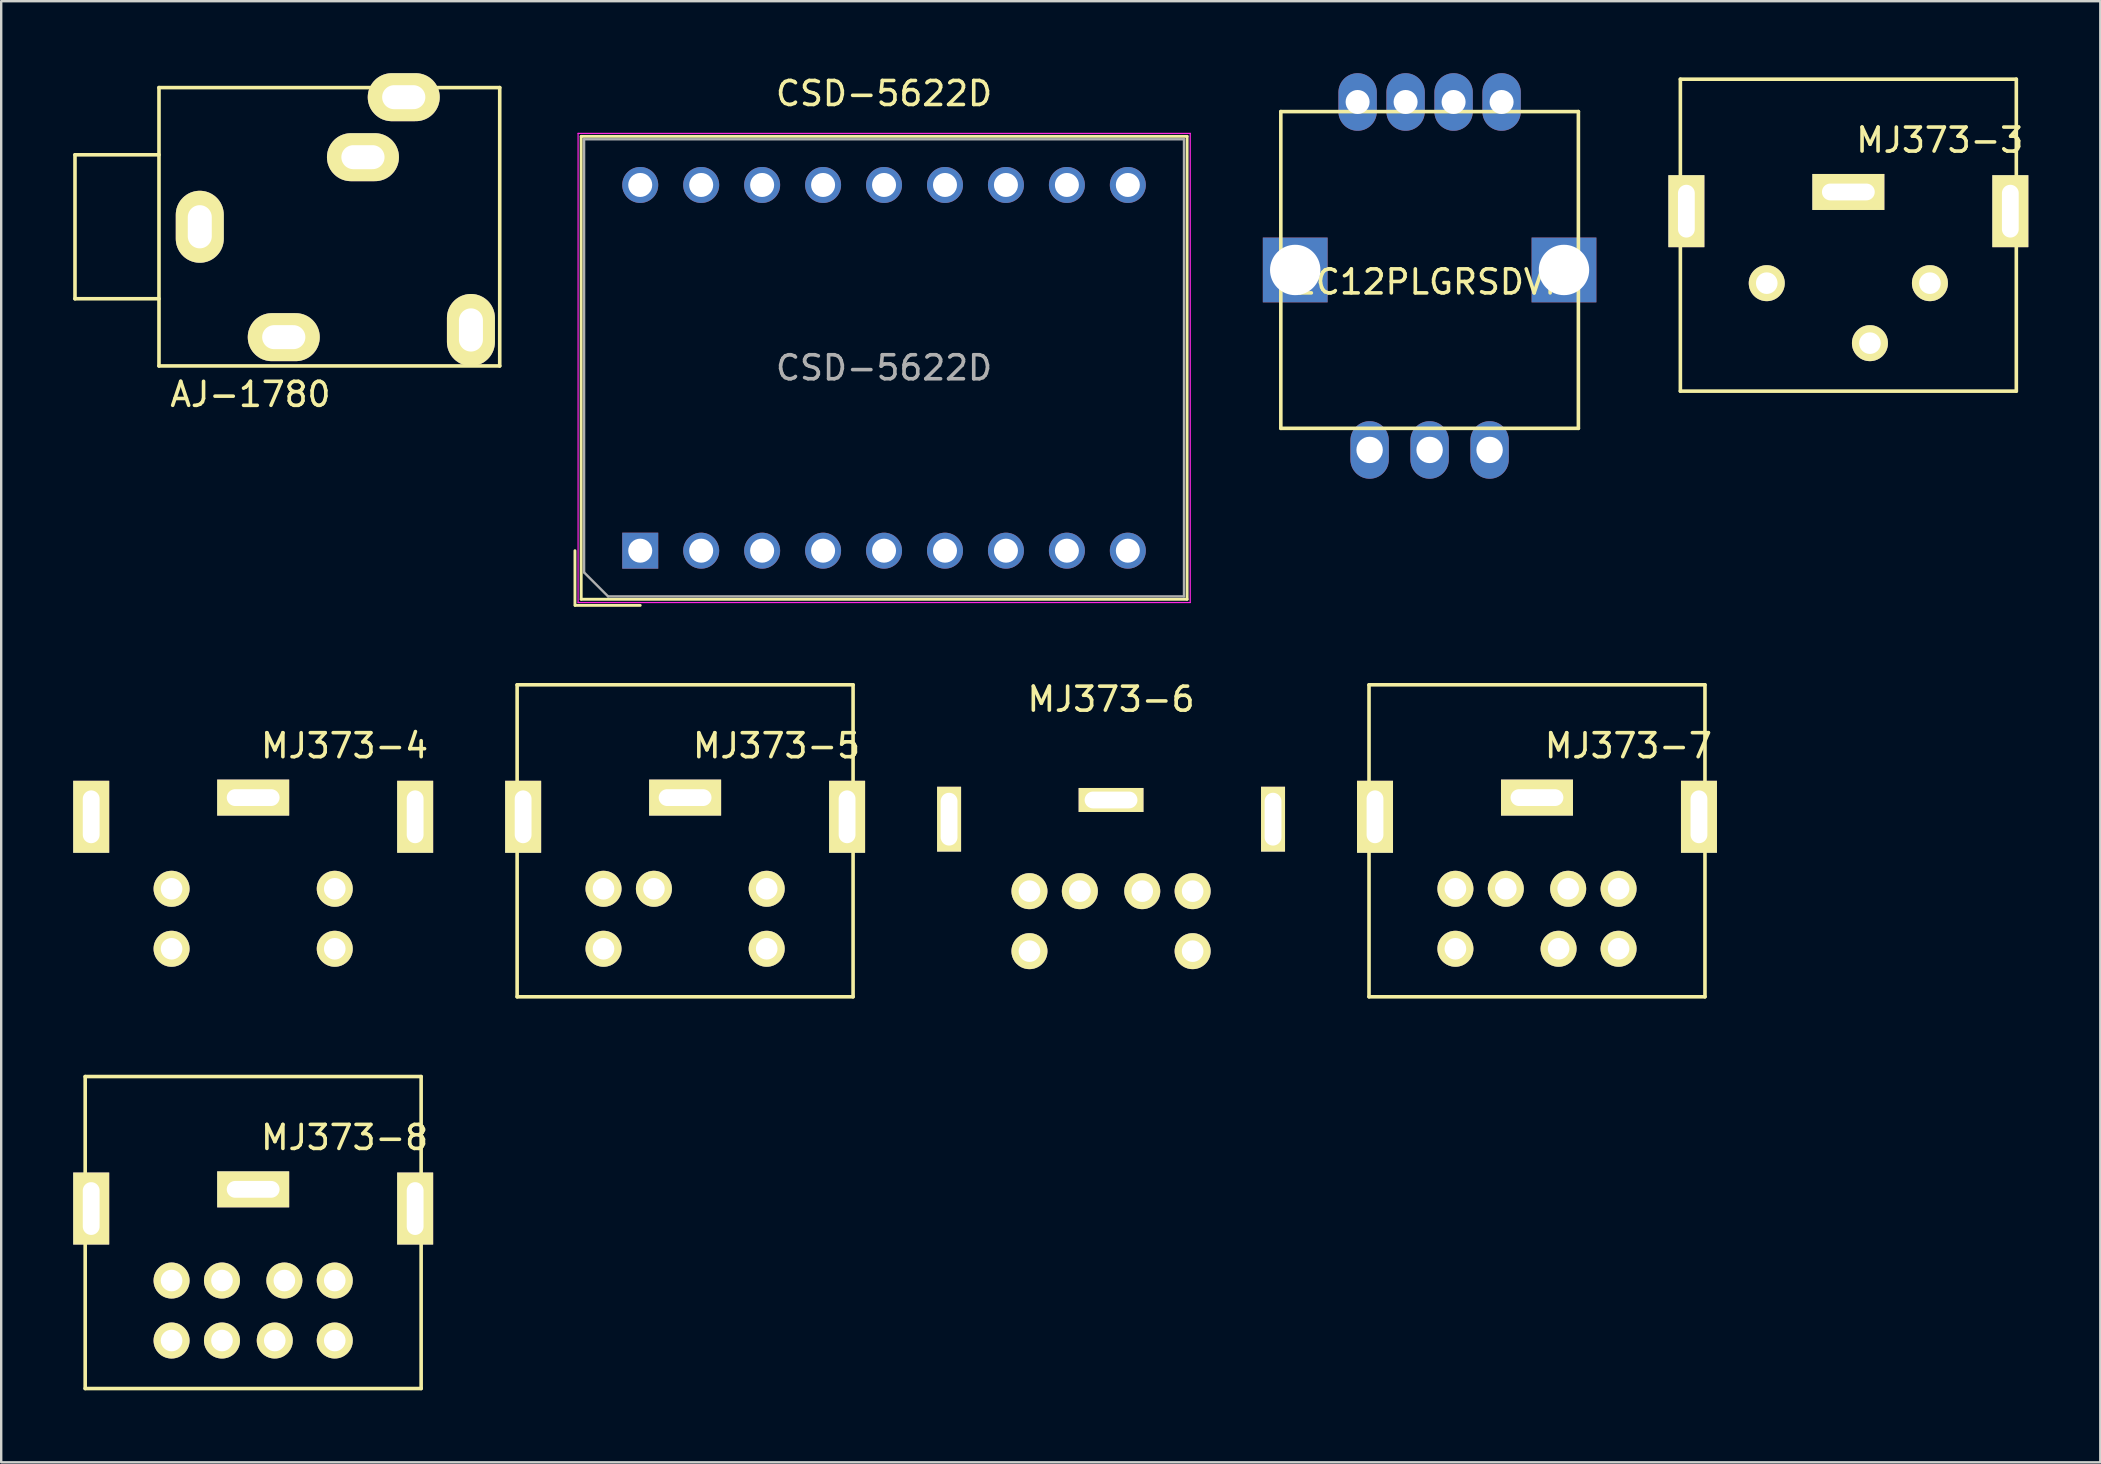
<source format=kicad_pcb>
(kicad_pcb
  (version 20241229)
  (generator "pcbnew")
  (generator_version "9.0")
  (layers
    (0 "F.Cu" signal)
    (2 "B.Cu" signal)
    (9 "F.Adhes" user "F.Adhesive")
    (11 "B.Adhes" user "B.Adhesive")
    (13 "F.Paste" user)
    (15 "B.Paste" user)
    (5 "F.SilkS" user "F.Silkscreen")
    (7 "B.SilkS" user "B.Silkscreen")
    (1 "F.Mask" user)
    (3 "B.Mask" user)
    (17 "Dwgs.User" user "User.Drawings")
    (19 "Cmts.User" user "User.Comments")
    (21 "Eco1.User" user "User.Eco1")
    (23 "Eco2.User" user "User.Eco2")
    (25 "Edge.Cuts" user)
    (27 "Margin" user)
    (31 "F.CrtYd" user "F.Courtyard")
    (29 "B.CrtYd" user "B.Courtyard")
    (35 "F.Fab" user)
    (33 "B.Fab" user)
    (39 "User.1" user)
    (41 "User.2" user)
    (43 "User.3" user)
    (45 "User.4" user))
  (footprint "MJ373-8"
    (layer "F.Cu")
    (at 7.5 41.813)
    (property "Reference" "MJ373-8" (at 3.81 2.54 0) (layer "F.SilkS") (effects (font (size 1 1) (thickness 0.15))))
    (attr through_hole)
    (fp_line (start -7 0) (end 7 0) (stroke (width 0.15) (type solid)) (layer "F.SilkS"))
    (fp_line (start -7 13) (end -7 0) (stroke (width 0.15) (type solid)) (layer "F.SilkS"))
    (fp_line (start 7 0) (end 7 13) (stroke (width 0.15) (type solid)) (layer "F.SilkS"))
    (fp_line (start 7 13) (end -7 13) (stroke (width 0.15) (type solid)) (layer "F.SilkS"))
    (pad "1" thru_hole circle (at -1.3 8.5) (size 1.5 1.5) (drill 0.9) (layers "*.Cu" "*.Mask" "F.SilkS"))
    (pad "2" thru_hole circle (at 1.3 8.5) (size 1.5 1.5) (drill 0.9) (layers "*.Cu" "*.Mask" "F.SilkS"))
    (pad "3" thru_hole circle (at -3.4 8.5) (size 1.5 1.5) (drill 0.9) (layers "*.Cu" "*.Mask" "F.SilkS"))
    (pad "4" thru_hole circle (at -1.3 11) (size 1.5 1.5) (drill 0.9) (layers "*.Cu" "*.Mask" "F.SilkS"))
    (pad "5" thru_hole circle (at 3.4 8.5) (size 1.5 1.5) (drill 0.9) (layers "*.Cu" "*.Mask" "F.SilkS"))
    (pad "6" thru_hole circle (at -3.4 11) (size 1.5 1.5) (drill 0.9) (layers "*.Cu" "*.Mask" "F.SilkS"))
    (pad "7" thru_hole circle (at 0.9 11) (size 1.5 1.5) (drill 0.9) (layers "*.Cu" "*.Mask" "F.SilkS"))
    (pad "8" thru_hole circle (at 3.4 11) (size 1.5 1.5) (drill 0.9) (layers "*.Cu" "*.Mask" "F.SilkS"))
    (pad "X1" thru_hole rect (at -6.75 5.5) (size 1.5 3) (drill oval 0.7 2.2) (layers "*.Cu" "*.Mask" "F.SilkS"))
    (pad "X2" thru_hole rect (at 0 4.7) (size 3 1.5) (drill oval 2.2 0.7) (layers "*.Cu" "*.Mask" "F.SilkS"))
    (pad "X3" thru_hole rect (at 6.75 5.5) (size 1.5 3) (drill oval 0.7 2.2) (layers "*.Cu" "*.Mask" "F.SilkS")))
  (footprint "MJ373-3"
    (layer "F.Cu")
    (at 73.975 0.25)
    (property "Reference" "MJ373-3" (at 3.81 2.54 0) (layer "F.SilkS") (effects (font (size 1 1) (thickness 0.15))))
    (attr through_hole)
    (fp_line (start -7 0) (end 7 0) (stroke (width 0.15) (type solid)) (layer "F.SilkS"))
    (fp_line (start -7 13) (end -7 0) (stroke (width 0.15) (type solid)) (layer "F.SilkS"))
    (fp_line (start 7 0) (end 7 13) (stroke (width 0.15) (type solid)) (layer "F.SilkS"))
    (fp_line (start 7 13) (end -7 13) (stroke (width 0.15) (type solid)) (layer "F.SilkS"))
    (pad "1" thru_hole circle (at -3.4 8.5) (size 1.5 1.5) (drill 0.9) (layers "*.Cu" "*.Mask" "F.SilkS"))
    (pad "2" thru_hole circle (at 3.4 8.5) (size 1.5 1.5) (drill 0.9) (layers "*.Cu" "*.Mask" "F.SilkS"))
    (pad "3" thru_hole circle (at 0.9 11) (size 1.5 1.5) (drill 0.9) (layers "*.Cu" "*.Mask" "F.SilkS"))
    (pad "X1" thru_hole rect (at -6.75 5.5) (size 1.5 3) (drill oval 0.7 2.2) (layers "*.Cu" "*.Mask" "F.SilkS"))
    (pad "X2" thru_hole rect (at 0 4.7) (size 3 1.5) (drill oval 2.2 0.7) (layers "*.Cu" "*.Mask" "F.SilkS"))
    (pad "X3" thru_hole rect (at 6.75 5.5) (size 1.5 3) (drill oval 0.7 2.2) (layers "*.Cu" "*.Mask" "F.SilkS")))
  (footprint "MJ373-4"
    (layer "F.Cu")
    (at 7.5 25.488)
    (property "Reference" "MJ373-4" (at 3.81 2.54 0) (layer "F.SilkS") (effects (font (size 1 1) (thickness 0.15))))
    (attr through_hole)
    (pad "1" thru_hole circle (at -3.4 8.5) (size 1.5 1.5) (drill 0.9) (layers "*.Cu" "*.Mask" "F.SilkS"))
    (pad "2" thru_hole circle (at 3.4 8.5) (size 1.5 1.5) (drill 0.9) (layers "*.Cu" "*.Mask" "F.SilkS"))
    (pad "3" thru_hole circle (at -3.4 11) (size 1.5 1.5) (drill 0.9) (layers "*.Cu" "*.Mask" "F.SilkS"))
    (pad "4" thru_hole circle (at 3.4 11) (size 1.5 1.5) (drill 0.9) (layers "*.Cu" "*.Mask" "F.SilkS"))
    (pad "X1" thru_hole rect (at -6.75 5.5) (size 1.5 3) (drill oval 0.7 2.2) (layers "*.Cu" "*.Mask" "F.SilkS"))
    (pad "X2" thru_hole rect (at 0 4.7) (size 3 1.5) (drill oval 2.2 0.7) (layers "*.Cu" "*.Mask" "F.SilkS"))
    (pad "X3" thru_hole rect (at 6.75 5.5) (size 1.5 3) (drill oval 0.7 2.2) (layers "*.Cu" "*.Mask" "F.SilkS")))
  (footprint "CSD-5622D"
    (layer "F.Cu")
    (at 23.63 19.898)
    (property "Reference" "CSD-5622D" (at 10.16 -19.05 180) (layer "F.SilkS") (effects (font (size 1 1) (thickness 0.15))))
    (attr through_hole)
    (fp_line (start -2.72 2.28) (end -2.72 0) (stroke (width 0.12) (type solid)) (layer "F.SilkS"))
    (fp_line (start -2.71 2.28) (end 0 2.28) (stroke (width 0.12) (type solid)) (layer "F.SilkS"))
    (fp_line (start -2.46 -17.265) (end 22.79 -17.265) (stroke (width 0.12) (type solid)) (layer "F.SilkS"))
    (fp_line (start -2.46 2.025) (end -2.46 -17.265) (stroke (width 0.12) (type solid)) (layer "F.SilkS"))
    (fp_line (start 22.79 -17.265) (end 22.79 2.025) (stroke (width 0.12) (type solid)) (layer "F.SilkS"))
    (fp_line (start 22.79 2.025) (end -2.46 2.025) (stroke (width 0.12) (type solid)) (layer "F.SilkS"))
    (fp_line (start -2.59 -17.39) (end 22.92 -17.39) (stroke (width 0.05) (type solid)) (layer "F.CrtYd"))
    (fp_line (start -2.59 2.16) (end -2.59 -17.39) (stroke (width 0.05) (type solid)) (layer "F.CrtYd"))
    (fp_line (start 22.92 -17.39) (end 22.92 2.16) (stroke (width 0.05) (type solid)) (layer "F.CrtYd"))
    (fp_line (start 22.92 2.16) (end -2.59 2.16) (stroke (width 0.05) (type solid)) (layer "F.CrtYd"))
    (fp_line (start -2.34 -17.145) (end 22.66 -17.145) (stroke (width 0.1) (type solid)) (layer "F.Fab"))
    (fp_line (start -2.34 0.905) (end -2.34 -17.145) (stroke (width 0.1) (type solid)) (layer "F.Fab"))
    (fp_line (start -1.34 1.905) (end -2.34 0.905) (stroke (width 0.1) (type solid)) (layer "F.Fab"))
    (fp_line (start 22.66 -17.145) (end 22.66 1.905) (stroke (width 0.1) (type solid)) (layer "F.Fab"))
    (fp_line (start 22.66 1.905) (end -1.34 1.905) (stroke (width 0.1) (type solid)) (layer "F.Fab"))
    (fp_text user "${REFERENCE}" (at 10.16 -7.62 180) (layer "F.Fab") (effects (font (size 1 1) (thickness 0.15))))
    (pad "1" thru_hole rect (at 0 0 90) (size 1.5 1.5) (drill 1) (layers "*.Cu" "*.Mask"))
    (pad "2" thru_hole circle (at 2.54 0 90) (size 1.5 1.5) (drill 1) (layers "*.Cu" "*.Mask"))
    (pad "3" thru_hole circle (at 5.08 0 90) (size 1.5 1.5) (drill 1) (layers "*.Cu" "*.Mask"))
    (pad "4" thru_hole circle (at 7.62 0 90) (size 1.5 1.5) (drill 1) (layers "*.Cu" "*.Mask"))
    (pad "5" thru_hole circle (at 10.16 0 90) (size 1.5 1.5) (drill 1) (layers "*.Cu" "*.Mask"))
    (pad "6" thru_hole circle (at 12.7 0 90) (size 1.5 1.5) (drill 1) (layers "*.Cu" "*.Mask"))
    (pad "7" thru_hole circle (at 15.24 0 90) (size 1.5 1.5) (drill 1) (layers "*.Cu" "*.Mask"))
    (pad "8" thru_hole circle (at 17.78 0 90) (size 1.5 1.5) (drill 1) (layers "*.Cu" "*.Mask"))
    (pad "9" thru_hole circle (at 20.32 0 90) (size 1.5 1.5) (drill 1) (layers "*.Cu" "*.Mask"))
    (pad "10" thru_hole circle (at 20.32 -15.24 90) (size 1.5 1.5) (drill 1) (layers "*.Cu" "*.Mask"))
    (pad "11" thru_hole circle (at 17.78 -15.24 90) (size 1.5 1.5) (drill 1) (layers "*.Cu" "*.Mask"))
    (pad "12" thru_hole circle (at 15.24 -15.24 90) (size 1.5 1.5) (drill 1) (layers "*.Cu" "*.Mask"))
    (pad "13" thru_hole circle (at 12.7 -15.24 90) (size 1.5 1.5) (drill 1) (layers "*.Cu" "*.Mask"))
    (pad "14" thru_hole circle (at 10.16 -15.24 90) (size 1.5 1.5) (drill 1) (layers "*.Cu" "*.Mask"))
    (pad "15" thru_hole circle (at 7.62 -15.24 90) (size 1.5 1.5) (drill 1) (layers "*.Cu" "*.Mask"))
    (pad "16" thru_hole circle (at 5.08 -15.24 90) (size 1.5 1.5) (drill 1) (layers "*.Cu" "*.Mask"))
    (pad "17" thru_hole circle (at 2.54 -15.24 90) (size 1.5 1.5) (drill 1) (layers "*.Cu" "*.Mask"))
    (pad "18" thru_hole circle (at 0 -15.24 90) (size 1.5 1.5) (drill 1) (layers "*.Cu" "*.Mask")))
  (footprint "MJ373-6"
    (layer "F.Cu")
    (at 43.25 25.587)
    (property "Reference" "MJ373-6" (at 0 0.5 0) (layer "F.SilkS") (effects (font (size 1 1) (thickness 0.15))))
    (attr through_hole)
    (pad "1" thru_hole circle (at 1.3 8.5) (size 1.5 1.5) (drill 0.9) (layers "*.Cu" "*.Mask" "F.SilkS"))
    (pad "2" thru_hole circle (at -1.3 8.5) (size 1.5 1.5) (drill 0.9) (layers "*.Cu" "*.Mask" "F.SilkS"))
    (pad "3" thru_hole circle (at 3.4 8.5) (size 1.5 1.5) (drill 0.9) (layers "*.Cu" "*.Mask" "F.SilkS"))
    (pad "4" thru_hole circle (at -3.4 8.5) (size 1.5 1.5) (drill 0.9) (layers "*.Cu" "*.Mask" "F.SilkS"))
    (pad "5" thru_hole circle (at 3.4 11) (size 1.5 1.5) (drill 0.9) (layers "*.Cu" "*.Mask" "F.SilkS"))
    (pad "6" thru_hole circle (at -3.4 11) (size 1.5 1.5) (drill 0.9) (layers "*.Cu" "*.Mask" "F.SilkS"))
    (pad "10" thru_hole rect (at -6.75 5.5) (size 1 2.7) (drill oval 0.7 2.2) (layers "*.Cu" "*.Mask" "F.SilkS"))
    (pad "11" thru_hole rect (at 0 4.7) (size 2.7 1) (drill oval 2.2 0.7) (layers "*.Cu" "*.Mask" "F.SilkS"))
    (pad "12" thru_hole rect (at 6.75 5.5) (size 1 2.7) (drill oval 0.7 2.2) (layers "*.Cu" "*.Mask" "F.SilkS")))
  (footprint "EC12PLGRSDVF"
    (layer "F.Cu")
    (at 56.525 8.2)
    (property "Reference" "EC12PLGRSDVF" (at 0 0.5 0) (layer "F.SilkS") (effects (font (size 1 1) (thickness 0.15))))
    (attr through_hole)
    (fp_line (start -6.2 -6.6) (end 6.2 -6.6) (stroke (width 0.15) (type solid)) (layer "F.SilkS"))
    (fp_line (start -6.2 6.6) (end -6.2 -6.6) (stroke (width 0.15) (type solid)) (layer "F.SilkS"))
    (fp_line (start 6.2 -6.6) (end 6.2 6.6) (stroke (width 0.15) (type solid)) (layer "F.SilkS"))
    (fp_line (start 6.2 6.6) (end -6.2 6.6) (stroke (width 0.15) (type solid)) (layer "F.SilkS"))
    (pad "1" thru_hole oval (at 3 -7) (size 1.6 2.4) (drill 1) (layers "*.Cu" "*.Mask"))
    (pad "2" thru_hole oval (at 1 -7) (size 1.6 2.4) (drill 1) (layers "*.Cu" "*.Mask"))
    (pad "3" thru_hole oval (at -1 -7) (size 1.6 2.4) (drill 1) (layers "*.Cu" "*.Mask"))
    (pad "4" thru_hole oval (at -3 -7) (size 1.6 2.4) (drill 1) (layers "*.Cu" "*.Mask"))
    (pad "11" thru_hole oval (at -2.5 7.5) (size 1.6 2.4) (drill 1.1) (layers "*.Cu" "*.Mask"))
    (pad "12" thru_hole oval (at 0 7.5) (size 1.6 2.4) (drill 1.1) (layers "*.Cu" "*.Mask"))
    (pad "13" thru_hole oval (at 2.5 7.5) (size 1.6 2.4) (drill 1.1) (layers "*.Cu" "*.Mask"))
    (pad "14" thru_hole rect (at -5.6 0) (size 2.7 2.7) (drill 2.1) (layers "*.Cu" "*.Mask"))
    (pad "15" thru_hole rect (at 5.6 0) (size 2.7 2.7) (drill 2.1) (layers "*.Cu" "*.Mask")))
  (footprint "MJ373-7"
    (layer "F.Cu")
    (at 61 25.488)
    (property "Reference" "MJ373-7" (at 3.81 2.54 0) (layer "F.SilkS") (effects (font (size 1 1) (thickness 0.15))))
    (attr through_hole)
    (fp_line (start -7 0) (end 7 0) (stroke (width 0.15) (type solid)) (layer "F.SilkS"))
    (fp_line (start -7 13) (end -7 0) (stroke (width 0.15) (type solid)) (layer "F.SilkS"))
    (fp_line (start 7 0) (end 7 13) (stroke (width 0.15) (type solid)) (layer "F.SilkS"))
    (fp_line (start 7 13) (end -7 13) (stroke (width 0.15) (type solid)) (layer "F.SilkS"))
    (pad "1" thru_hole circle (at -1.3 8.5) (size 1.5 1.5) (drill 0.9) (layers "*.Cu" "*.Mask" "F.SilkS"))
    (pad "2" thru_hole circle (at 1.3 8.5) (size 1.5 1.5) (drill 0.9) (layers "*.Cu" "*.Mask" "F.SilkS"))
    (pad "3" thru_hole circle (at -3.4 8.5) (size 1.5 1.5) (drill 0.9) (layers "*.Cu" "*.Mask" "F.SilkS"))
    (pad "4" thru_hole circle (at 3.4 8.5) (size 1.5 1.5) (drill 0.9) (layers "*.Cu" "*.Mask" "F.SilkS"))
    (pad "5" thru_hole circle (at -3.4 11) (size 1.5 1.5) (drill 0.9) (layers "*.Cu" "*.Mask" "F.SilkS"))
    (pad "6" thru_hole circle (at 0.9 11) (size 1.5 1.5) (drill 0.9) (layers "*.Cu" "*.Mask" "F.SilkS"))
    (pad "7" thru_hole circle (at 3.4 11) (size 1.5 1.5) (drill 0.9) (layers "*.Cu" "*.Mask" "F.SilkS"))
    (pad "X1" thru_hole rect (at -6.75 5.5) (size 1.5 3) (drill oval 0.7 2.2) (layers "*.Cu" "*.Mask" "F.SilkS"))
    (pad "X2" thru_hole rect (at 0 4.7) (size 3 1.5) (drill oval 2.2 0.7) (layers "*.Cu" "*.Mask" "F.SilkS"))
    (pad "X3" thru_hole rect (at 6.75 5.5) (size 1.5 3) (drill oval 0.7 2.2) (layers "*.Cu" "*.Mask" "F.SilkS")))
  (footprint "MJ373-5"
    (layer "F.Cu")
    (at 25.5 25.488)
    (property "Reference" "MJ373-5" (at 3.81 2.54 0) (layer "F.SilkS") (effects (font (size 1 1) (thickness 0.15))))
    (attr through_hole)
    (fp_line (start -7 0) (end 7 0) (stroke (width 0.15) (type solid)) (layer "F.SilkS"))
    (fp_line (start -7 13) (end -7 0) (stroke (width 0.15) (type solid)) (layer "F.SilkS"))
    (fp_line (start 7 0) (end 7 13) (stroke (width 0.15) (type solid)) (layer "F.SilkS"))
    (fp_line (start 7 13) (end -7 13) (stroke (width 0.15) (type solid)) (layer "F.SilkS"))
    (pad "1" thru_hole circle (at -1.3 8.5) (size 1.5 1.5) (drill 0.9) (layers "*.Cu" "*.Mask" "F.SilkS"))
    (pad "2" thru_hole circle (at -3.4 8.5) (size 1.5 1.5) (drill 0.9) (layers "*.Cu" "*.Mask" "F.SilkS"))
    (pad "3" thru_hole circle (at 3.4 8.5) (size 1.5 1.5) (drill 0.9) (layers "*.Cu" "*.Mask" "F.SilkS"))
    (pad "4" thru_hole circle (at -3.4 11) (size 1.5 1.5) (drill 0.9) (layers "*.Cu" "*.Mask" "F.SilkS"))
    (pad "5" thru_hole circle (at 3.4 11) (size 1.5 1.5) (drill 0.9) (layers "*.Cu" "*.Mask" "F.SilkS"))
    (pad "X1" thru_hole rect (at -6.75 5.5) (size 1.5 3) (drill oval 0.7 2.2) (layers "*.Cu" "*.Mask" "F.SilkS"))
    (pad "X2" thru_hole rect (at 0 4.7) (size 3 1.5) (drill oval 2.2 0.7) (layers "*.Cu" "*.Mask" "F.SilkS"))
    (pad "X3" thru_hole rect (at 6.75 5.5) (size 1.5 3) (drill oval 0.7 2.2) (layers "*.Cu" "*.Mask" "F.SilkS")))
  (footprint "AJ-1780"
    (layer "F.Cu")
    (at 3.575 6.4)
    (property "Reference" "AJ-1780" (at 3.81 6.985 180) (layer "F.SilkS") (effects (font (size 1 1) (thickness 0.15))))
    (attr through_hole)
    (fp_line (start -3.5 -3) (end 0 -3) (stroke (width 0.15) (type solid)) (layer "F.SilkS"))
    (fp_line (start -3.5 3) (end -3.5 -3) (stroke (width 0.15) (type solid)) (layer "F.SilkS"))
    (fp_line (start 0 -5.8) (end 14.2 -5.8) (stroke (width 0.15) (type solid)) (layer "F.SilkS"))
    (fp_line (start 0 3) (end -3.5 3) (stroke (width 0.15) (type solid)) (layer "F.SilkS"))
    (fp_line (start 0 5.8) (end 0 -5.8) (stroke (width 0.15) (type solid)) (layer "F.SilkS"))
    (fp_line (start 0 5.8) (end 14.2 5.8) (stroke (width 0.15) (type solid)) (layer "F.SilkS"))
    (fp_line (start 14.2 5.8) (end 14.2 -5.8) (stroke (width 0.15) (type solid)) (layer "F.SilkS"))
    (pad "1" thru_hole oval (at 1.7 0 180) (size 2 3) (drill oval 1 1.8) (layers "*.Cu" "*.Mask" "F.SilkS"))
    (pad "2" thru_hole oval (at 10.2 -5.4 180) (size 3 2) (drill oval 1.8 1) (layers "*.Cu" "*.Mask" "F.SilkS"))
    (pad "3" thru_hole oval (at 8.5 -2.9 180) (size 3 2) (drill oval 1.8 1) (layers "*.Cu" "*.Mask" "F.SilkS"))
    (pad "4" thru_hole oval (at 13 4.3 180) (size 2 3) (drill oval 1 1.8) (layers "*.Cu" "*.Mask" "F.SilkS"))
    (pad "5" thru_hole oval (at 5.2 4.6 180) (size 3 2) (drill oval 1.8 1) (layers "*.Cu" "*.Mask" "F.SilkS")))
  (gr_rect
    (start -3 -3)
    (end 84.475 57.888)
    (stroke (width 0.1) (type default))
    (fill no)
    (layer "Edge.Cuts")))
</source>
